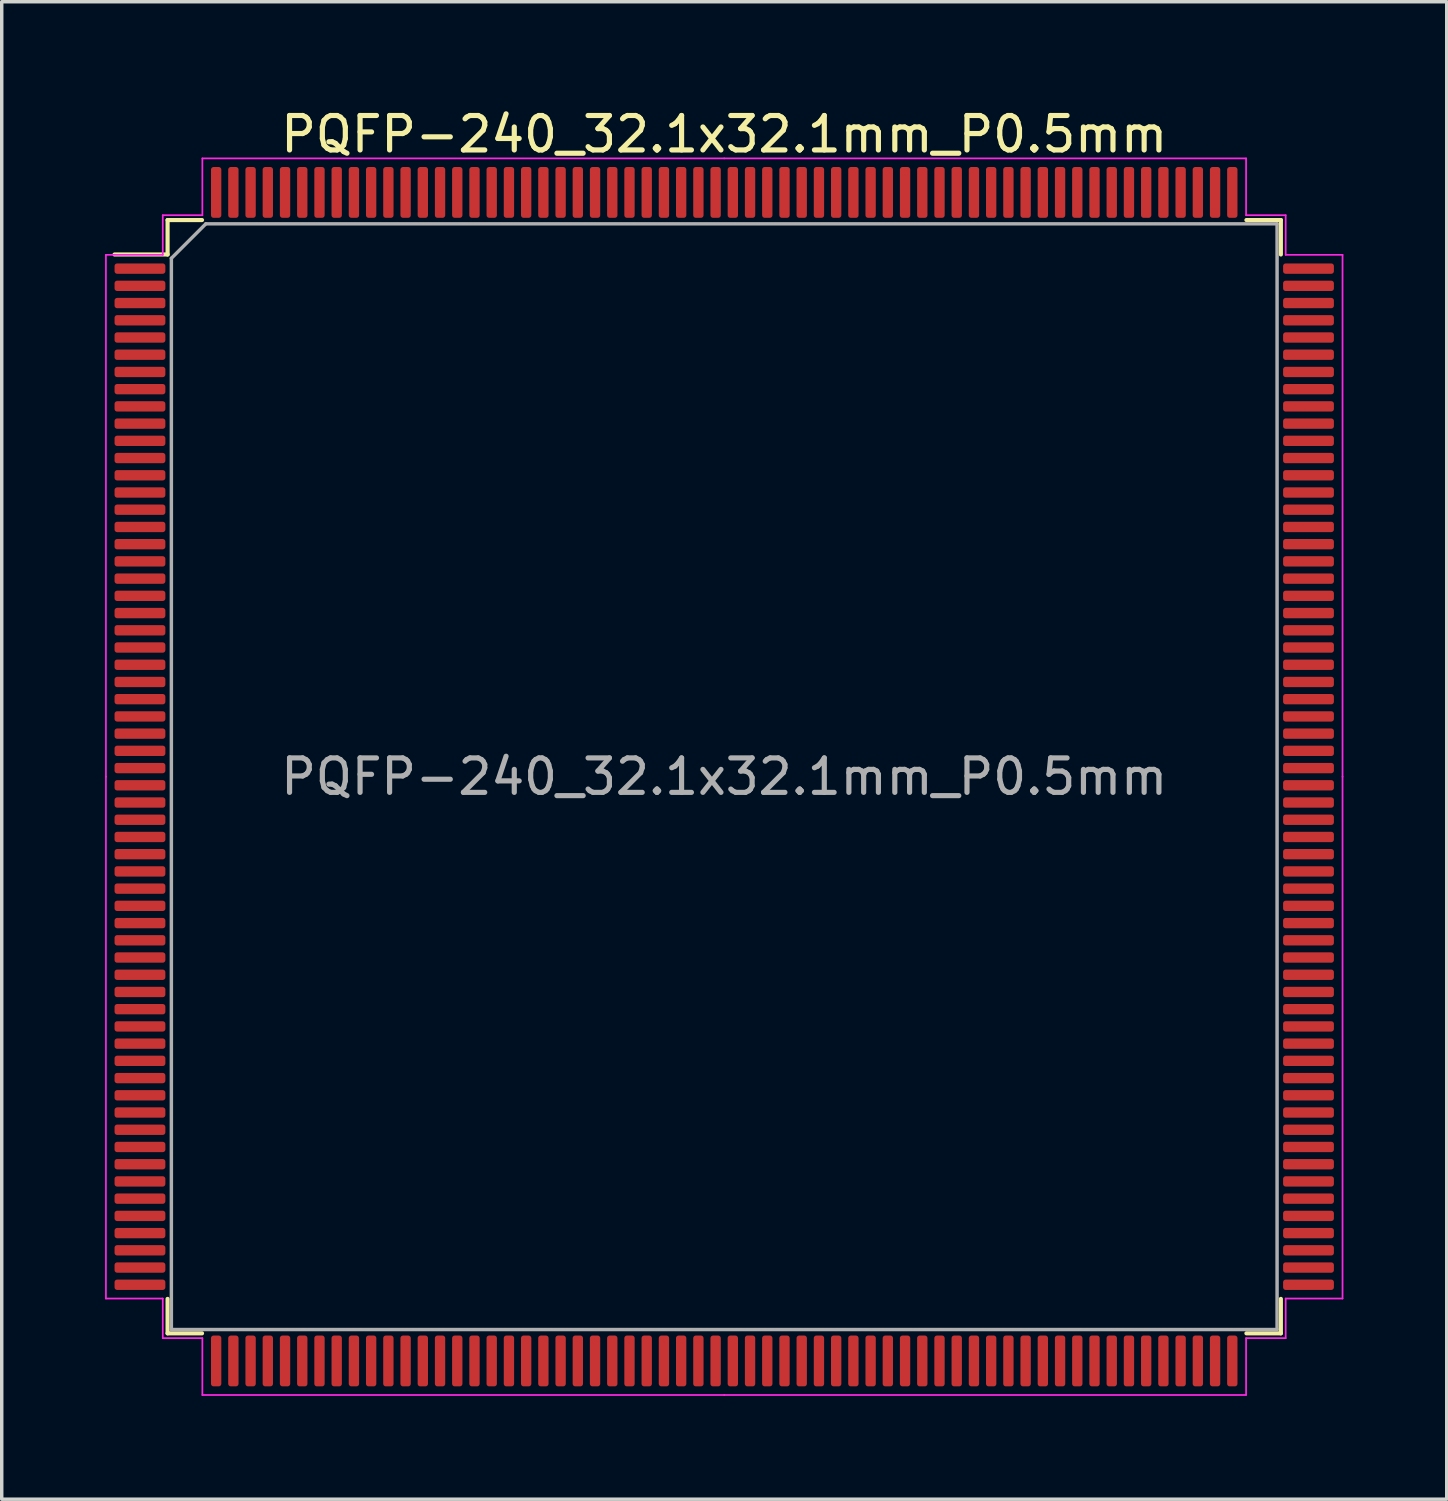
<source format=kicad_pcb>
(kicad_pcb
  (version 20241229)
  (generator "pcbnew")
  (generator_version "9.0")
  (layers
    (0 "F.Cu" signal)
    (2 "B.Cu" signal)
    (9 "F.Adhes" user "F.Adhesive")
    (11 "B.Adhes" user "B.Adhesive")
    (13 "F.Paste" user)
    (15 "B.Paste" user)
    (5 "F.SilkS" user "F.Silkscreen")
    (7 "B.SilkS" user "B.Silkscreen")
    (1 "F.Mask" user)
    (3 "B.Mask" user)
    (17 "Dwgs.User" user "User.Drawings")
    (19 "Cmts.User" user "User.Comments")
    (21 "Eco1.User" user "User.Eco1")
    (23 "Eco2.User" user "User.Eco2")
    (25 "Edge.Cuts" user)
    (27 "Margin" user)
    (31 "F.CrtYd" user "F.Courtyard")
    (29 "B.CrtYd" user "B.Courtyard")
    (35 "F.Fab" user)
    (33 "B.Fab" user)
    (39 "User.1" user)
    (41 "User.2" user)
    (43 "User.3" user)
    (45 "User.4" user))
  (footprint "PQFP-240_32.1x32.1mm_P0.5mm"
    (layer "F.Cu")
    (at 17.975 19.498)
    (property "Reference" "PQFP-240_32.1x32.1mm_P0.5mm" (at 0 -18.65 0) (layer "F.SilkS") (effects (font (size 1 1) (thickness 0.15))))
    (attr smd)
    (fp_line (start -16.16 -16.16) (end -16.16 -15.16) (stroke (width 0.12) (type solid)) (layer "F.SilkS"))
    (fp_line (start -16.16 -15.16) (end -17.7 -15.16) (stroke (width 0.12) (type solid)) (layer "F.SilkS"))
    (fp_line (start -16.16 16.16) (end -16.16 15.16) (stroke (width 0.12) (type solid)) (layer "F.SilkS"))
    (fp_line (start -15.16 -16.16) (end -16.16 -16.16) (stroke (width 0.12) (type solid)) (layer "F.SilkS"))
    (fp_line (start -15.16 16.16) (end -16.16 16.16) (stroke (width 0.12) (type solid)) (layer "F.SilkS"))
    (fp_line (start 15.16 -16.16) (end 16.16 -16.16) (stroke (width 0.12) (type solid)) (layer "F.SilkS"))
    (fp_line (start 15.16 16.16) (end 16.16 16.16) (stroke (width 0.12) (type solid)) (layer "F.SilkS"))
    (fp_line (start 16.16 -16.16) (end 16.16 -15.16) (stroke (width 0.12) (type solid)) (layer "F.SilkS"))
    (fp_line (start 16.16 16.16) (end 16.16 15.16) (stroke (width 0.12) (type solid)) (layer "F.SilkS"))
    (fp_line (start -17.95 -15.15) (end -17.95 0) (stroke (width 0.05) (type solid)) (layer "F.CrtYd"))
    (fp_line (start -17.95 15.15) (end -17.95 0) (stroke (width 0.05) (type solid)) (layer "F.CrtYd"))
    (fp_line (start -16.3 -16.3) (end -16.3 -15.15) (stroke (width 0.05) (type solid)) (layer "F.CrtYd"))
    (fp_line (start -16.3 -15.15) (end -17.95 -15.15) (stroke (width 0.05) (type solid)) (layer "F.CrtYd"))
    (fp_line (start -16.3 15.15) (end -17.95 15.15) (stroke (width 0.05) (type solid)) (layer "F.CrtYd"))
    (fp_line (start -16.3 16.3) (end -16.3 15.15) (stroke (width 0.05) (type solid)) (layer "F.CrtYd"))
    (fp_line (start -15.15 -17.95) (end -15.15 -16.3) (stroke (width 0.05) (type solid)) (layer "F.CrtYd"))
    (fp_line (start -15.15 -16.3) (end -16.3 -16.3) (stroke (width 0.05) (type solid)) (layer "F.CrtYd"))
    (fp_line (start -15.15 16.3) (end -16.3 16.3) (stroke (width 0.05) (type solid)) (layer "F.CrtYd"))
    (fp_line (start -15.15 17.95) (end -15.15 16.3) (stroke (width 0.05) (type solid)) (layer "F.CrtYd"))
    (fp_line (start 0 -17.95) (end -15.15 -17.95) (stroke (width 0.05) (type solid)) (layer "F.CrtYd"))
    (fp_line (start 0 -17.95) (end 15.15 -17.95) (stroke (width 0.05) (type solid)) (layer "F.CrtYd"))
    (fp_line (start 0 17.95) (end -15.15 17.95) (stroke (width 0.05) (type solid)) (layer "F.CrtYd"))
    (fp_line (start 0 17.95) (end 15.15 17.95) (stroke (width 0.05) (type solid)) (layer "F.CrtYd"))
    (fp_line (start 15.15 -17.95) (end 15.15 -16.3) (stroke (width 0.05) (type solid)) (layer "F.CrtYd"))
    (fp_line (start 15.15 -16.3) (end 16.3 -16.3) (stroke (width 0.05) (type solid)) (layer "F.CrtYd"))
    (fp_line (start 15.15 16.3) (end 16.3 16.3) (stroke (width 0.05) (type solid)) (layer "F.CrtYd"))
    (fp_line (start 15.15 17.95) (end 15.15 16.3) (stroke (width 0.05) (type solid)) (layer "F.CrtYd"))
    (fp_line (start 16.3 -16.3) (end 16.3 -15.15) (stroke (width 0.05) (type solid)) (layer "F.CrtYd"))
    (fp_line (start 16.3 -15.15) (end 17.95 -15.15) (stroke (width 0.05) (type solid)) (layer "F.CrtYd"))
    (fp_line (start 16.3 15.15) (end 17.95 15.15) (stroke (width 0.05) (type solid)) (layer "F.CrtYd"))
    (fp_line (start 16.3 16.3) (end 16.3 15.15) (stroke (width 0.05) (type solid)) (layer "F.CrtYd"))
    (fp_line (start 17.95 -15.15) (end 17.95 0) (stroke (width 0.05) (type solid)) (layer "F.CrtYd"))
    (fp_line (start 17.95 15.15) (end 17.95 0) (stroke (width 0.05) (type solid)) (layer "F.CrtYd"))
    (fp_line (start -16.05 -15.05) (end -15.05 -16.05) (stroke (width 0.1) (type solid)) (layer "F.Fab"))
    (fp_line (start -16.05 16.05) (end -16.05 -15.05) (stroke (width 0.1) (type solid)) (layer "F.Fab"))
    (fp_line (start -15.05 -16.05) (end 16.05 -16.05) (stroke (width 0.1) (type solid)) (layer "F.Fab"))
    (fp_line (start 16.05 -16.05) (end 16.05 16.05) (stroke (width 0.1) (type solid)) (layer "F.Fab"))
    (fp_line (start 16.05 16.05) (end -16.05 16.05) (stroke (width 0.1) (type solid)) (layer "F.Fab"))
    (fp_text user "${REFERENCE}" (at 0 0 0) (layer "F.Fab") (effects (font (size 1 1) (thickness 0.15))))
    (pad "1" smd roundrect (at -16.962 -14.75) (size 1.475 0.3) (layers "F.Cu" "F.Mask" "F.Paste") (roundrect_rratio 0.25))
    (pad "2" smd roundrect (at -16.962 -14.25) (size 1.475 0.3) (layers "F.Cu" "F.Mask" "F.Paste") (roundrect_rratio 0.25))
    (pad "3" smd roundrect (at -16.962 -13.75) (size 1.475 0.3) (layers "F.Cu" "F.Mask" "F.Paste") (roundrect_rratio 0.25))
    (pad "4" smd roundrect (at -16.962 -13.25) (size 1.475 0.3) (layers "F.Cu" "F.Mask" "F.Paste") (roundrect_rratio 0.25))
    (pad "5" smd roundrect (at -16.962 -12.75) (size 1.475 0.3) (layers "F.Cu" "F.Mask" "F.Paste") (roundrect_rratio 0.25))
    (pad "6" smd roundrect (at -16.962 -12.25) (size 1.475 0.3) (layers "F.Cu" "F.Mask" "F.Paste") (roundrect_rratio 0.25))
    (pad "7" smd roundrect (at -16.962 -11.75) (size 1.475 0.3) (layers "F.Cu" "F.Mask" "F.Paste") (roundrect_rratio 0.25))
    (pad "8" smd roundrect (at -16.962 -11.25) (size 1.475 0.3) (layers "F.Cu" "F.Mask" "F.Paste") (roundrect_rratio 0.25))
    (pad "9" smd roundrect (at -16.962 -10.75) (size 1.475 0.3) (layers "F.Cu" "F.Mask" "F.Paste") (roundrect_rratio 0.25))
    (pad "10" smd roundrect (at -16.962 -10.25) (size 1.475 0.3) (layers "F.Cu" "F.Mask" "F.Paste") (roundrect_rratio 0.25))
    (pad "11" smd roundrect (at -16.962 -9.75) (size 1.475 0.3) (layers "F.Cu" "F.Mask" "F.Paste") (roundrect_rratio 0.25))
    (pad "12" smd roundrect (at -16.962 -9.25) (size 1.475 0.3) (layers "F.Cu" "F.Mask" "F.Paste") (roundrect_rratio 0.25))
    (pad "13" smd roundrect (at -16.962 -8.75) (size 1.475 0.3) (layers "F.Cu" "F.Mask" "F.Paste") (roundrect_rratio 0.25))
    (pad "14" smd roundrect (at -16.962 -8.25) (size 1.475 0.3) (layers "F.Cu" "F.Mask" "F.Paste") (roundrect_rratio 0.25))
    (pad "15" smd roundrect (at -16.962 -7.75) (size 1.475 0.3) (layers "F.Cu" "F.Mask" "F.Paste") (roundrect_rratio 0.25))
    (pad "16" smd roundrect (at -16.962 -7.25) (size 1.475 0.3) (layers "F.Cu" "F.Mask" "F.Paste") (roundrect_rratio 0.25))
    (pad "17" smd roundrect (at -16.962 -6.75) (size 1.475 0.3) (layers "F.Cu" "F.Mask" "F.Paste") (roundrect_rratio 0.25))
    (pad "18" smd roundrect (at -16.962 -6.25) (size 1.475 0.3) (layers "F.Cu" "F.Mask" "F.Paste") (roundrect_rratio 0.25))
    (pad "19" smd roundrect (at -16.962 -5.75) (size 1.475 0.3) (layers "F.Cu" "F.Mask" "F.Paste") (roundrect_rratio 0.25))
    (pad "20" smd roundrect (at -16.962 -5.25) (size 1.475 0.3) (layers "F.Cu" "F.Mask" "F.Paste") (roundrect_rratio 0.25))
    (pad "21" smd roundrect (at -16.962 -4.75) (size 1.475 0.3) (layers "F.Cu" "F.Mask" "F.Paste") (roundrect_rratio 0.25))
    (pad "22" smd roundrect (at -16.962 -4.25) (size 1.475 0.3) (layers "F.Cu" "F.Mask" "F.Paste") (roundrect_rratio 0.25))
    (pad "23" smd roundrect (at -16.962 -3.75) (size 1.475 0.3) (layers "F.Cu" "F.Mask" "F.Paste") (roundrect_rratio 0.25))
    (pad "24" smd roundrect (at -16.962 -3.25) (size 1.475 0.3) (layers "F.Cu" "F.Mask" "F.Paste") (roundrect_rratio 0.25))
    (pad "25" smd roundrect (at -16.962 -2.75) (size 1.475 0.3) (layers "F.Cu" "F.Mask" "F.Paste") (roundrect_rratio 0.25))
    (pad "26" smd roundrect (at -16.962 -2.25) (size 1.475 0.3) (layers "F.Cu" "F.Mask" "F.Paste") (roundrect_rratio 0.25))
    (pad "27" smd roundrect (at -16.962 -1.75) (size 1.475 0.3) (layers "F.Cu" "F.Mask" "F.Paste") (roundrect_rratio 0.25))
    (pad "28" smd roundrect (at -16.962 -1.25) (size 1.475 0.3) (layers "F.Cu" "F.Mask" "F.Paste") (roundrect_rratio 0.25))
    (pad "29" smd roundrect (at -16.962 -0.75) (size 1.475 0.3) (layers "F.Cu" "F.Mask" "F.Paste") (roundrect_rratio 0.25))
    (pad "30" smd roundrect (at -16.962 -0.25) (size 1.475 0.3) (layers "F.Cu" "F.Mask" "F.Paste") (roundrect_rratio 0.25))
    (pad "31" smd roundrect (at -16.962 0.25) (size 1.475 0.3) (layers "F.Cu" "F.Mask" "F.Paste") (roundrect_rratio 0.25))
    (pad "32" smd roundrect (at -16.962 0.75) (size 1.475 0.3) (layers "F.Cu" "F.Mask" "F.Paste") (roundrect_rratio 0.25))
    (pad "33" smd roundrect (at -16.962 1.25) (size 1.475 0.3) (layers "F.Cu" "F.Mask" "F.Paste") (roundrect_rratio 0.25))
    (pad "34" smd roundrect (at -16.962 1.75) (size 1.475 0.3) (layers "F.Cu" "F.Mask" "F.Paste") (roundrect_rratio 0.25))
    (pad "35" smd roundrect (at -16.962 2.25) (size 1.475 0.3) (layers "F.Cu" "F.Mask" "F.Paste") (roundrect_rratio 0.25))
    (pad "36" smd roundrect (at -16.962 2.75) (size 1.475 0.3) (layers "F.Cu" "F.Mask" "F.Paste") (roundrect_rratio 0.25))
    (pad "37" smd roundrect (at -16.962 3.25) (size 1.475 0.3) (layers "F.Cu" "F.Mask" "F.Paste") (roundrect_rratio 0.25))
    (pad "38" smd roundrect (at -16.962 3.75) (size 1.475 0.3) (layers "F.Cu" "F.Mask" "F.Paste") (roundrect_rratio 0.25))
    (pad "39" smd roundrect (at -16.962 4.25) (size 1.475 0.3) (layers "F.Cu" "F.Mask" "F.Paste") (roundrect_rratio 0.25))
    (pad "40" smd roundrect (at -16.962 4.75) (size 1.475 0.3) (layers "F.Cu" "F.Mask" "F.Paste") (roundrect_rratio 0.25))
    (pad "41" smd roundrect (at -16.962 5.25) (size 1.475 0.3) (layers "F.Cu" "F.Mask" "F.Paste") (roundrect_rratio 0.25))
    (pad "42" smd roundrect (at -16.962 5.75) (size 1.475 0.3) (layers "F.Cu" "F.Mask" "F.Paste") (roundrect_rratio 0.25))
    (pad "43" smd roundrect (at -16.962 6.25) (size 1.475 0.3) (layers "F.Cu" "F.Mask" "F.Paste") (roundrect_rratio 0.25))
    (pad "44" smd roundrect (at -16.962 6.75) (size 1.475 0.3) (layers "F.Cu" "F.Mask" "F.Paste") (roundrect_rratio 0.25))
    (pad "45" smd roundrect (at -16.962 7.25) (size 1.475 0.3) (layers "F.Cu" "F.Mask" "F.Paste") (roundrect_rratio 0.25))
    (pad "46" smd roundrect (at -16.962 7.75) (size 1.475 0.3) (layers "F.Cu" "F.Mask" "F.Paste") (roundrect_rratio 0.25))
    (pad "47" smd roundrect (at -16.962 8.25) (size 1.475 0.3) (layers "F.Cu" "F.Mask" "F.Paste") (roundrect_rratio 0.25))
    (pad "48" smd roundrect (at -16.962 8.75) (size 1.475 0.3) (layers "F.Cu" "F.Mask" "F.Paste") (roundrect_rratio 0.25))
    (pad "49" smd roundrect (at -16.962 9.25) (size 1.475 0.3) (layers "F.Cu" "F.Mask" "F.Paste") (roundrect_rratio 0.25))
    (pad "50" smd roundrect (at -16.962 9.75) (size 1.475 0.3) (layers "F.Cu" "F.Mask" "F.Paste") (roundrect_rratio 0.25))
    (pad "51" smd roundrect (at -16.962 10.25) (size 1.475 0.3) (layers "F.Cu" "F.Mask" "F.Paste") (roundrect_rratio 0.25))
    (pad "52" smd roundrect (at -16.962 10.75) (size 1.475 0.3) (layers "F.Cu" "F.Mask" "F.Paste") (roundrect_rratio 0.25))
    (pad "53" smd roundrect (at -16.962 11.25) (size 1.475 0.3) (layers "F.Cu" "F.Mask" "F.Paste") (roundrect_rratio 0.25))
    (pad "54" smd roundrect (at -16.962 11.75) (size 1.475 0.3) (layers "F.Cu" "F.Mask" "F.Paste") (roundrect_rratio 0.25))
    (pad "55" smd roundrect (at -16.962 12.25) (size 1.475 0.3) (layers "F.Cu" "F.Mask" "F.Paste") (roundrect_rratio 0.25))
    (pad "56" smd roundrect (at -16.962 12.75) (size 1.475 0.3) (layers "F.Cu" "F.Mask" "F.Paste") (roundrect_rratio 0.25))
    (pad "57" smd roundrect (at -16.962 13.25) (size 1.475 0.3) (layers "F.Cu" "F.Mask" "F.Paste") (roundrect_rratio 0.25))
    (pad "58" smd roundrect (at -16.962 13.75) (size 1.475 0.3) (layers "F.Cu" "F.Mask" "F.Paste") (roundrect_rratio 0.25))
    (pad "59" smd roundrect (at -16.962 14.25) (size 1.475 0.3) (layers "F.Cu" "F.Mask" "F.Paste") (roundrect_rratio 0.25))
    (pad "60" smd roundrect (at -16.962 14.75) (size 1.475 0.3) (layers "F.Cu" "F.Mask" "F.Paste") (roundrect_rratio 0.25))
    (pad "61" smd roundrect (at -14.75 16.962) (size 0.3 1.475) (layers "F.Cu" "F.Mask" "F.Paste") (roundrect_rratio 0.25))
    (pad "62" smd roundrect (at -14.25 16.962) (size 0.3 1.475) (layers "F.Cu" "F.Mask" "F.Paste") (roundrect_rratio 0.25))
    (pad "63" smd roundrect (at -13.75 16.962) (size 0.3 1.475) (layers "F.Cu" "F.Mask" "F.Paste") (roundrect_rratio 0.25))
    (pad "64" smd roundrect (at -13.25 16.962) (size 0.3 1.475) (layers "F.Cu" "F.Mask" "F.Paste") (roundrect_rratio 0.25))
    (pad "65" smd roundrect (at -12.75 16.962) (size 0.3 1.475) (layers "F.Cu" "F.Mask" "F.Paste") (roundrect_rratio 0.25))
    (pad "66" smd roundrect (at -12.25 16.962) (size 0.3 1.475) (layers "F.Cu" "F.Mask" "F.Paste") (roundrect_rratio 0.25))
    (pad "67" smd roundrect (at -11.75 16.962) (size 0.3 1.475) (layers "F.Cu" "F.Mask" "F.Paste") (roundrect_rratio 0.25))
    (pad "68" smd roundrect (at -11.25 16.962) (size 0.3 1.475) (layers "F.Cu" "F.Mask" "F.Paste") (roundrect_rratio 0.25))
    (pad "69" smd roundrect (at -10.75 16.962) (size 0.3 1.475) (layers "F.Cu" "F.Mask" "F.Paste") (roundrect_rratio 0.25))
    (pad "70" smd roundrect (at -10.25 16.962) (size 0.3 1.475) (layers "F.Cu" "F.Mask" "F.Paste") (roundrect_rratio 0.25))
    (pad "71" smd roundrect (at -9.75 16.962) (size 0.3 1.475) (layers "F.Cu" "F.Mask" "F.Paste") (roundrect_rratio 0.25))
    (pad "72" smd roundrect (at -9.25 16.962) (size 0.3 1.475) (layers "F.Cu" "F.Mask" "F.Paste") (roundrect_rratio 0.25))
    (pad "73" smd roundrect (at -8.75 16.962) (size 0.3 1.475) (layers "F.Cu" "F.Mask" "F.Paste") (roundrect_rratio 0.25))
    (pad "74" smd roundrect (at -8.25 16.962) (size 0.3 1.475) (layers "F.Cu" "F.Mask" "F.Paste") (roundrect_rratio 0.25))
    (pad "75" smd roundrect (at -7.75 16.962) (size 0.3 1.475) (layers "F.Cu" "F.Mask" "F.Paste") (roundrect_rratio 0.25))
    (pad "76" smd roundrect (at -7.25 16.962) (size 0.3 1.475) (layers "F.Cu" "F.Mask" "F.Paste") (roundrect_rratio 0.25))
    (pad "77" smd roundrect (at -6.75 16.962) (size 0.3 1.475) (layers "F.Cu" "F.Mask" "F.Paste") (roundrect_rratio 0.25))
    (pad "78" smd roundrect (at -6.25 16.962) (size 0.3 1.475) (layers "F.Cu" "F.Mask" "F.Paste") (roundrect_rratio 0.25))
    (pad "79" smd roundrect (at -5.75 16.962) (size 0.3 1.475) (layers "F.Cu" "F.Mask" "F.Paste") (roundrect_rratio 0.25))
    (pad "80" smd roundrect (at -5.25 16.962) (size 0.3 1.475) (layers "F.Cu" "F.Mask" "F.Paste") (roundrect_rratio 0.25))
    (pad "81" smd roundrect (at -4.75 16.962) (size 0.3 1.475) (layers "F.Cu" "F.Mask" "F.Paste") (roundrect_rratio 0.25))
    (pad "82" smd roundrect (at -4.25 16.962) (size 0.3 1.475) (layers "F.Cu" "F.Mask" "F.Paste") (roundrect_rratio 0.25))
    (pad "83" smd roundrect (at -3.75 16.962) (size 0.3 1.475) (layers "F.Cu" "F.Mask" "F.Paste") (roundrect_rratio 0.25))
    (pad "84" smd roundrect (at -3.25 16.962) (size 0.3 1.475) (layers "F.Cu" "F.Mask" "F.Paste") (roundrect_rratio 0.25))
    (pad "85" smd roundrect (at -2.75 16.962) (size 0.3 1.475) (layers "F.Cu" "F.Mask" "F.Paste") (roundrect_rratio 0.25))
    (pad "86" smd roundrect (at -2.25 16.962) (size 0.3 1.475) (layers "F.Cu" "F.Mask" "F.Paste") (roundrect_rratio 0.25))
    (pad "87" smd roundrect (at -1.75 16.962) (size 0.3 1.475) (layers "F.Cu" "F.Mask" "F.Paste") (roundrect_rratio 0.25))
    (pad "88" smd roundrect (at -1.25 16.962) (size 0.3 1.475) (layers "F.Cu" "F.Mask" "F.Paste") (roundrect_rratio 0.25))
    (pad "89" smd roundrect (at -0.75 16.962) (size 0.3 1.475) (layers "F.Cu" "F.Mask" "F.Paste") (roundrect_rratio 0.25))
    (pad "90" smd roundrect (at -0.25 16.962) (size 0.3 1.475) (layers "F.Cu" "F.Mask" "F.Paste") (roundrect_rratio 0.25))
    (pad "91" smd roundrect (at 0.25 16.962) (size 0.3 1.475) (layers "F.Cu" "F.Mask" "F.Paste") (roundrect_rratio 0.25))
    (pad "92" smd roundrect (at 0.75 16.962) (size 0.3 1.475) (layers "F.Cu" "F.Mask" "F.Paste") (roundrect_rratio 0.25))
    (pad "93" smd roundrect (at 1.25 16.962) (size 0.3 1.475) (layers "F.Cu" "F.Mask" "F.Paste") (roundrect_rratio 0.25))
    (pad "94" smd roundrect (at 1.75 16.962) (size 0.3 1.475) (layers "F.Cu" "F.Mask" "F.Paste") (roundrect_rratio 0.25))
    (pad "95" smd roundrect (at 2.25 16.962) (size 0.3 1.475) (layers "F.Cu" "F.Mask" "F.Paste") (roundrect_rratio 0.25))
    (pad "96" smd roundrect (at 2.75 16.962) (size 0.3 1.475) (layers "F.Cu" "F.Mask" "F.Paste") (roundrect_rratio 0.25))
    (pad "97" smd roundrect (at 3.25 16.962) (size 0.3 1.475) (layers "F.Cu" "F.Mask" "F.Paste") (roundrect_rratio 0.25))
    (pad "98" smd roundrect (at 3.75 16.962) (size 0.3 1.475) (layers "F.Cu" "F.Mask" "F.Paste") (roundrect_rratio 0.25))
    (pad "99" smd roundrect (at 4.25 16.962) (size 0.3 1.475) (layers "F.Cu" "F.Mask" "F.Paste") (roundrect_rratio 0.25))
    (pad "100" smd roundrect (at 4.75 16.962) (size 0.3 1.475) (layers "F.Cu" "F.Mask" "F.Paste") (roundrect_rratio 0.25))
    (pad "101" smd roundrect (at 5.25 16.962) (size 0.3 1.475) (layers "F.Cu" "F.Mask" "F.Paste") (roundrect_rratio 0.25))
    (pad "102" smd roundrect (at 5.75 16.962) (size 0.3 1.475) (layers "F.Cu" "F.Mask" "F.Paste") (roundrect_rratio 0.25))
    (pad "103" smd roundrect (at 6.25 16.962) (size 0.3 1.475) (layers "F.Cu" "F.Mask" "F.Paste") (roundrect_rratio 0.25))
    (pad "104" smd roundrect (at 6.75 16.962) (size 0.3 1.475) (layers "F.Cu" "F.Mask" "F.Paste") (roundrect_rratio 0.25))
    (pad "105" smd roundrect (at 7.25 16.962) (size 0.3 1.475) (layers "F.Cu" "F.Mask" "F.Paste") (roundrect_rratio 0.25))
    (pad "106" smd roundrect (at 7.75 16.962) (size 0.3 1.475) (layers "F.Cu" "F.Mask" "F.Paste") (roundrect_rratio 0.25))
    (pad "107" smd roundrect (at 8.25 16.962) (size 0.3 1.475) (layers "F.Cu" "F.Mask" "F.Paste") (roundrect_rratio 0.25))
    (pad "108" smd roundrect (at 8.75 16.962) (size 0.3 1.475) (layers "F.Cu" "F.Mask" "F.Paste") (roundrect_rratio 0.25))
    (pad "109" smd roundrect (at 9.25 16.962) (size 0.3 1.475) (layers "F.Cu" "F.Mask" "F.Paste") (roundrect_rratio 0.25))
    (pad "110" smd roundrect (at 9.75 16.962) (size 0.3 1.475) (layers "F.Cu" "F.Mask" "F.Paste") (roundrect_rratio 0.25))
    (pad "111" smd roundrect (at 10.25 16.962) (size 0.3 1.475) (layers "F.Cu" "F.Mask" "F.Paste") (roundrect_rratio 0.25))
    (pad "112" smd roundrect (at 10.75 16.962) (size 0.3 1.475) (layers "F.Cu" "F.Mask" "F.Paste") (roundrect_rratio 0.25))
    (pad "113" smd roundrect (at 11.25 16.962) (size 0.3 1.475) (layers "F.Cu" "F.Mask" "F.Paste") (roundrect_rratio 0.25))
    (pad "114" smd roundrect (at 11.75 16.962) (size 0.3 1.475) (layers "F.Cu" "F.Mask" "F.Paste") (roundrect_rratio 0.25))
    (pad "115" smd roundrect (at 12.25 16.962) (size 0.3 1.475) (layers "F.Cu" "F.Mask" "F.Paste") (roundrect_rratio 0.25))
    (pad "116" smd roundrect (at 12.75 16.962) (size 0.3 1.475) (layers "F.Cu" "F.Mask" "F.Paste") (roundrect_rratio 0.25))
    (pad "117" smd roundrect (at 13.25 16.962) (size 0.3 1.475) (layers "F.Cu" "F.Mask" "F.Paste") (roundrect_rratio 0.25))
    (pad "118" smd roundrect (at 13.75 16.962) (size 0.3 1.475) (layers "F.Cu" "F.Mask" "F.Paste") (roundrect_rratio 0.25))
    (pad "119" smd roundrect (at 14.25 16.962) (size 0.3 1.475) (layers "F.Cu" "F.Mask" "F.Paste") (roundrect_rratio 0.25))
    (pad "120" smd roundrect (at 14.75 16.962) (size 0.3 1.475) (layers "F.Cu" "F.Mask" "F.Paste") (roundrect_rratio 0.25))
    (pad "121" smd roundrect (at 16.962 14.75) (size 1.475 0.3) (layers "F.Cu" "F.Mask" "F.Paste") (roundrect_rratio 0.25))
    (pad "122" smd roundrect (at 16.962 14.25) (size 1.475 0.3) (layers "F.Cu" "F.Mask" "F.Paste") (roundrect_rratio 0.25))
    (pad "123" smd roundrect (at 16.962 13.75) (size 1.475 0.3) (layers "F.Cu" "F.Mask" "F.Paste") (roundrect_rratio 0.25))
    (pad "124" smd roundrect (at 16.962 13.25) (size 1.475 0.3) (layers "F.Cu" "F.Mask" "F.Paste") (roundrect_rratio 0.25))
    (pad "125" smd roundrect (at 16.962 12.75) (size 1.475 0.3) (layers "F.Cu" "F.Mask" "F.Paste") (roundrect_rratio 0.25))
    (pad "126" smd roundrect (at 16.962 12.25) (size 1.475 0.3) (layers "F.Cu" "F.Mask" "F.Paste") (roundrect_rratio 0.25))
    (pad "127" smd roundrect (at 16.962 11.75) (size 1.475 0.3) (layers "F.Cu" "F.Mask" "F.Paste") (roundrect_rratio 0.25))
    (pad "128" smd roundrect (at 16.962 11.25) (size 1.475 0.3) (layers "F.Cu" "F.Mask" "F.Paste") (roundrect_rratio 0.25))
    (pad "129" smd roundrect (at 16.962 10.75) (size 1.475 0.3) (layers "F.Cu" "F.Mask" "F.Paste") (roundrect_rratio 0.25))
    (pad "130" smd roundrect (at 16.962 10.25) (size 1.475 0.3) (layers "F.Cu" "F.Mask" "F.Paste") (roundrect_rratio 0.25))
    (pad "131" smd roundrect (at 16.962 9.75) (size 1.475 0.3) (layers "F.Cu" "F.Mask" "F.Paste") (roundrect_rratio 0.25))
    (pad "132" smd roundrect (at 16.962 9.25) (size 1.475 0.3) (layers "F.Cu" "F.Mask" "F.Paste") (roundrect_rratio 0.25))
    (pad "133" smd roundrect (at 16.962 8.75) (size 1.475 0.3) (layers "F.Cu" "F.Mask" "F.Paste") (roundrect_rratio 0.25))
    (pad "134" smd roundrect (at 16.962 8.25) (size 1.475 0.3) (layers "F.Cu" "F.Mask" "F.Paste") (roundrect_rratio 0.25))
    (pad "135" smd roundrect (at 16.962 7.75) (size 1.475 0.3) (layers "F.Cu" "F.Mask" "F.Paste") (roundrect_rratio 0.25))
    (pad "136" smd roundrect (at 16.962 7.25) (size 1.475 0.3) (layers "F.Cu" "F.Mask" "F.Paste") (roundrect_rratio 0.25))
    (pad "137" smd roundrect (at 16.962 6.75) (size 1.475 0.3) (layers "F.Cu" "F.Mask" "F.Paste") (roundrect_rratio 0.25))
    (pad "138" smd roundrect (at 16.962 6.25) (size 1.475 0.3) (layers "F.Cu" "F.Mask" "F.Paste") (roundrect_rratio 0.25))
    (pad "139" smd roundrect (at 16.962 5.75) (size 1.475 0.3) (layers "F.Cu" "F.Mask" "F.Paste") (roundrect_rratio 0.25))
    (pad "140" smd roundrect (at 16.962 5.25) (size 1.475 0.3) (layers "F.Cu" "F.Mask" "F.Paste") (roundrect_rratio 0.25))
    (pad "141" smd roundrect (at 16.962 4.75) (size 1.475 0.3) (layers "F.Cu" "F.Mask" "F.Paste") (roundrect_rratio 0.25))
    (pad "142" smd roundrect (at 16.962 4.25) (size 1.475 0.3) (layers "F.Cu" "F.Mask" "F.Paste") (roundrect_rratio 0.25))
    (pad "143" smd roundrect (at 16.962 3.75) (size 1.475 0.3) (layers "F.Cu" "F.Mask" "F.Paste") (roundrect_rratio 0.25))
    (pad "144" smd roundrect (at 16.962 3.25) (size 1.475 0.3) (layers "F.Cu" "F.Mask" "F.Paste") (roundrect_rratio 0.25))
    (pad "145" smd roundrect (at 16.962 2.75) (size 1.475 0.3) (layers "F.Cu" "F.Mask" "F.Paste") (roundrect_rratio 0.25))
    (pad "146" smd roundrect (at 16.962 2.25) (size 1.475 0.3) (layers "F.Cu" "F.Mask" "F.Paste") (roundrect_rratio 0.25))
    (pad "147" smd roundrect (at 16.962 1.75) (size 1.475 0.3) (layers "F.Cu" "F.Mask" "F.Paste") (roundrect_rratio 0.25))
    (pad "148" smd roundrect (at 16.962 1.25) (size 1.475 0.3) (layers "F.Cu" "F.Mask" "F.Paste") (roundrect_rratio 0.25))
    (pad "149" smd roundrect (at 16.962 0.75) (size 1.475 0.3) (layers "F.Cu" "F.Mask" "F.Paste") (roundrect_rratio 0.25))
    (pad "150" smd roundrect (at 16.962 0.25) (size 1.475 0.3) (layers "F.Cu" "F.Mask" "F.Paste") (roundrect_rratio 0.25))
    (pad "151" smd roundrect (at 16.962 -0.25) (size 1.475 0.3) (layers "F.Cu" "F.Mask" "F.Paste") (roundrect_rratio 0.25))
    (pad "152" smd roundrect (at 16.962 -0.75) (size 1.475 0.3) (layers "F.Cu" "F.Mask" "F.Paste") (roundrect_rratio 0.25))
    (pad "153" smd roundrect (at 16.962 -1.25) (size 1.475 0.3) (layers "F.Cu" "F.Mask" "F.Paste") (roundrect_rratio 0.25))
    (pad "154" smd roundrect (at 16.962 -1.75) (size 1.475 0.3) (layers "F.Cu" "F.Mask" "F.Paste") (roundrect_rratio 0.25))
    (pad "155" smd roundrect (at 16.962 -2.25) (size 1.475 0.3) (layers "F.Cu" "F.Mask" "F.Paste") (roundrect_rratio 0.25))
    (pad "156" smd roundrect (at 16.962 -2.75) (size 1.475 0.3) (layers "F.Cu" "F.Mask" "F.Paste") (roundrect_rratio 0.25))
    (pad "157" smd roundrect (at 16.962 -3.25) (size 1.475 0.3) (layers "F.Cu" "F.Mask" "F.Paste") (roundrect_rratio 0.25))
    (pad "158" smd roundrect (at 16.962 -3.75) (size 1.475 0.3) (layers "F.Cu" "F.Mask" "F.Paste") (roundrect_rratio 0.25))
    (pad "159" smd roundrect (at 16.962 -4.25) (size 1.475 0.3) (layers "F.Cu" "F.Mask" "F.Paste") (roundrect_rratio 0.25))
    (pad "160" smd roundrect (at 16.962 -4.75) (size 1.475 0.3) (layers "F.Cu" "F.Mask" "F.Paste") (roundrect_rratio 0.25))
    (pad "161" smd roundrect (at 16.962 -5.25) (size 1.475 0.3) (layers "F.Cu" "F.Mask" "F.Paste") (roundrect_rratio 0.25))
    (pad "162" smd roundrect (at 16.962 -5.75) (size 1.475 0.3) (layers "F.Cu" "F.Mask" "F.Paste") (roundrect_rratio 0.25))
    (pad "163" smd roundrect (at 16.962 -6.25) (size 1.475 0.3) (layers "F.Cu" "F.Mask" "F.Paste") (roundrect_rratio 0.25))
    (pad "164" smd roundrect (at 16.962 -6.75) (size 1.475 0.3) (layers "F.Cu" "F.Mask" "F.Paste") (roundrect_rratio 0.25))
    (pad "165" smd roundrect (at 16.962 -7.25) (size 1.475 0.3) (layers "F.Cu" "F.Mask" "F.Paste") (roundrect_rratio 0.25))
    (pad "166" smd roundrect (at 16.962 -7.75) (size 1.475 0.3) (layers "F.Cu" "F.Mask" "F.Paste") (roundrect_rratio 0.25))
    (pad "167" smd roundrect (at 16.962 -8.25) (size 1.475 0.3) (layers "F.Cu" "F.Mask" "F.Paste") (roundrect_rratio 0.25))
    (pad "168" smd roundrect (at 16.962 -8.75) (size 1.475 0.3) (layers "F.Cu" "F.Mask" "F.Paste") (roundrect_rratio 0.25))
    (pad "169" smd roundrect (at 16.962 -9.25) (size 1.475 0.3) (layers "F.Cu" "F.Mask" "F.Paste") (roundrect_rratio 0.25))
    (pad "170" smd roundrect (at 16.962 -9.75) (size 1.475 0.3) (layers "F.Cu" "F.Mask" "F.Paste") (roundrect_rratio 0.25))
    (pad "171" smd roundrect (at 16.962 -10.25) (size 1.475 0.3) (layers "F.Cu" "F.Mask" "F.Paste") (roundrect_rratio 0.25))
    (pad "172" smd roundrect (at 16.962 -10.75) (size 1.475 0.3) (layers "F.Cu" "F.Mask" "F.Paste") (roundrect_rratio 0.25))
    (pad "173" smd roundrect (at 16.962 -11.25) (size 1.475 0.3) (layers "F.Cu" "F.Mask" "F.Paste") (roundrect_rratio 0.25))
    (pad "174" smd roundrect (at 16.962 -11.75) (size 1.475 0.3) (layers "F.Cu" "F.Mask" "F.Paste") (roundrect_rratio 0.25))
    (pad "175" smd roundrect (at 16.962 -12.25) (size 1.475 0.3) (layers "F.Cu" "F.Mask" "F.Paste") (roundrect_rratio 0.25))
    (pad "176" smd roundrect (at 16.962 -12.75) (size 1.475 0.3) (layers "F.Cu" "F.Mask" "F.Paste") (roundrect_rratio 0.25))
    (pad "177" smd roundrect (at 16.962 -13.25) (size 1.475 0.3) (layers "F.Cu" "F.Mask" "F.Paste") (roundrect_rratio 0.25))
    (pad "178" smd roundrect (at 16.962 -13.75) (size 1.475 0.3) (layers "F.Cu" "F.Mask" "F.Paste") (roundrect_rratio 0.25))
    (pad "179" smd roundrect (at 16.962 -14.25) (size 1.475 0.3) (layers "F.Cu" "F.Mask" "F.Paste") (roundrect_rratio 0.25))
    (pad "180" smd roundrect (at 16.962 -14.75) (size 1.475 0.3) (layers "F.Cu" "F.Mask" "F.Paste") (roundrect_rratio 0.25))
    (pad "181" smd roundrect (at 14.75 -16.962) (size 0.3 1.475) (layers "F.Cu" "F.Mask" "F.Paste") (roundrect_rratio 0.25))
    (pad "182" smd roundrect (at 14.25 -16.962) (size 0.3 1.475) (layers "F.Cu" "F.Mask" "F.Paste") (roundrect_rratio 0.25))
    (pad "183" smd roundrect (at 13.75 -16.962) (size 0.3 1.475) (layers "F.Cu" "F.Mask" "F.Paste") (roundrect_rratio 0.25))
    (pad "184" smd roundrect (at 13.25 -16.962) (size 0.3 1.475) (layers "F.Cu" "F.Mask" "F.Paste") (roundrect_rratio 0.25))
    (pad "185" smd roundrect (at 12.75 -16.962) (size 0.3 1.475) (layers "F.Cu" "F.Mask" "F.Paste") (roundrect_rratio 0.25))
    (pad "186" smd roundrect (at 12.25 -16.962) (size 0.3 1.475) (layers "F.Cu" "F.Mask" "F.Paste") (roundrect_rratio 0.25))
    (pad "187" smd roundrect (at 11.75 -16.962) (size 0.3 1.475) (layers "F.Cu" "F.Mask" "F.Paste") (roundrect_rratio 0.25))
    (pad "188" smd roundrect (at 11.25 -16.962) (size 0.3 1.475) (layers "F.Cu" "F.Mask" "F.Paste") (roundrect_rratio 0.25))
    (pad "189" smd roundrect (at 10.75 -16.962) (size 0.3 1.475) (layers "F.Cu" "F.Mask" "F.Paste") (roundrect_rratio 0.25))
    (pad "190" smd roundrect (at 10.25 -16.962) (size 0.3 1.475) (layers "F.Cu" "F.Mask" "F.Paste") (roundrect_rratio 0.25))
    (pad "191" smd roundrect (at 9.75 -16.962) (size 0.3 1.475) (layers "F.Cu" "F.Mask" "F.Paste") (roundrect_rratio 0.25))
    (pad "192" smd roundrect (at 9.25 -16.962) (size 0.3 1.475) (layers "F.Cu" "F.Mask" "F.Paste") (roundrect_rratio 0.25))
    (pad "193" smd roundrect (at 8.75 -16.962) (size 0.3 1.475) (layers "F.Cu" "F.Mask" "F.Paste") (roundrect_rratio 0.25))
    (pad "194" smd roundrect (at 8.25 -16.962) (size 0.3 1.475) (layers "F.Cu" "F.Mask" "F.Paste") (roundrect_rratio 0.25))
    (pad "195" smd roundrect (at 7.75 -16.962) (size 0.3 1.475) (layers "F.Cu" "F.Mask" "F.Paste") (roundrect_rratio 0.25))
    (pad "196" smd roundrect (at 7.25 -16.962) (size 0.3 1.475) (layers "F.Cu" "F.Mask" "F.Paste") (roundrect_rratio 0.25))
    (pad "197" smd roundrect (at 6.75 -16.962) (size 0.3 1.475) (layers "F.Cu" "F.Mask" "F.Paste") (roundrect_rratio 0.25))
    (pad "198" smd roundrect (at 6.25 -16.962) (size 0.3 1.475) (layers "F.Cu" "F.Mask" "F.Paste") (roundrect_rratio 0.25))
    (pad "199" smd roundrect (at 5.75 -16.962) (size 0.3 1.475) (layers "F.Cu" "F.Mask" "F.Paste") (roundrect_rratio 0.25))
    (pad "200" smd roundrect (at 5.25 -16.962) (size 0.3 1.475) (layers "F.Cu" "F.Mask" "F.Paste") (roundrect_rratio 0.25))
    (pad "201" smd roundrect (at 4.75 -16.962) (size 0.3 1.475) (layers "F.Cu" "F.Mask" "F.Paste") (roundrect_rratio 0.25))
    (pad "202" smd roundrect (at 4.25 -16.962) (size 0.3 1.475) (layers "F.Cu" "F.Mask" "F.Paste") (roundrect_rratio 0.25))
    (pad "203" smd roundrect (at 3.75 -16.962) (size 0.3 1.475) (layers "F.Cu" "F.Mask" "F.Paste") (roundrect_rratio 0.25))
    (pad "204" smd roundrect (at 3.25 -16.962) (size 0.3 1.475) (layers "F.Cu" "F.Mask" "F.Paste") (roundrect_rratio 0.25))
    (pad "205" smd roundrect (at 2.75 -16.962) (size 0.3 1.475) (layers "F.Cu" "F.Mask" "F.Paste") (roundrect_rratio 0.25))
    (pad "206" smd roundrect (at 2.25 -16.962) (size 0.3 1.475) (layers "F.Cu" "F.Mask" "F.Paste") (roundrect_rratio 0.25))
    (pad "207" smd roundrect (at 1.75 -16.962) (size 0.3 1.475) (layers "F.Cu" "F.Mask" "F.Paste") (roundrect_rratio 0.25))
    (pad "208" smd roundrect (at 1.25 -16.962) (size 0.3 1.475) (layers "F.Cu" "F.Mask" "F.Paste") (roundrect_rratio 0.25))
    (pad "209" smd roundrect (at 0.75 -16.962) (size 0.3 1.475) (layers "F.Cu" "F.Mask" "F.Paste") (roundrect_rratio 0.25))
    (pad "210" smd roundrect (at 0.25 -16.962) (size 0.3 1.475) (layers "F.Cu" "F.Mask" "F.Paste") (roundrect_rratio 0.25))
    (pad "211" smd roundrect (at -0.25 -16.962) (size 0.3 1.475) (layers "F.Cu" "F.Mask" "F.Paste") (roundrect_rratio 0.25))
    (pad "212" smd roundrect (at -0.75 -16.962) (size 0.3 1.475) (layers "F.Cu" "F.Mask" "F.Paste") (roundrect_rratio 0.25))
    (pad "213" smd roundrect (at -1.25 -16.962) (size 0.3 1.475) (layers "F.Cu" "F.Mask" "F.Paste") (roundrect_rratio 0.25))
    (pad "214" smd roundrect (at -1.75 -16.962) (size 0.3 1.475) (layers "F.Cu" "F.Mask" "F.Paste") (roundrect_rratio 0.25))
    (pad "215" smd roundrect (at -2.25 -16.962) (size 0.3 1.475) (layers "F.Cu" "F.Mask" "F.Paste") (roundrect_rratio 0.25))
    (pad "216" smd roundrect (at -2.75 -16.962) (size 0.3 1.475) (layers "F.Cu" "F.Mask" "F.Paste") (roundrect_rratio 0.25))
    (pad "217" smd roundrect (at -3.25 -16.962) (size 0.3 1.475) (layers "F.Cu" "F.Mask" "F.Paste") (roundrect_rratio 0.25))
    (pad "218" smd roundrect (at -3.75 -16.962) (size 0.3 1.475) (layers "F.Cu" "F.Mask" "F.Paste") (roundrect_rratio 0.25))
    (pad "219" smd roundrect (at -4.25 -16.962) (size 0.3 1.475) (layers "F.Cu" "F.Mask" "F.Paste") (roundrect_rratio 0.25))
    (pad "220" smd roundrect (at -4.75 -16.962) (size 0.3 1.475) (layers "F.Cu" "F.Mask" "F.Paste") (roundrect_rratio 0.25))
    (pad "221" smd roundrect (at -5.25 -16.962) (size 0.3 1.475) (layers "F.Cu" "F.Mask" "F.Paste") (roundrect_rratio 0.25))
    (pad "222" smd roundrect (at -5.75 -16.962) (size 0.3 1.475) (layers "F.Cu" "F.Mask" "F.Paste") (roundrect_rratio 0.25))
    (pad "223" smd roundrect (at -6.25 -16.962) (size 0.3 1.475) (layers "F.Cu" "F.Mask" "F.Paste") (roundrect_rratio 0.25))
    (pad "224" smd roundrect (at -6.75 -16.962) (size 0.3 1.475) (layers "F.Cu" "F.Mask" "F.Paste") (roundrect_rratio 0.25))
    (pad "225" smd roundrect (at -7.25 -16.962) (size 0.3 1.475) (layers "F.Cu" "F.Mask" "F.Paste") (roundrect_rratio 0.25))
    (pad "226" smd roundrect (at -7.75 -16.962) (size 0.3 1.475) (layers "F.Cu" "F.Mask" "F.Paste") (roundrect_rratio 0.25))
    (pad "227" smd roundrect (at -8.25 -16.962) (size 0.3 1.475) (layers "F.Cu" "F.Mask" "F.Paste") (roundrect_rratio 0.25))
    (pad "228" smd roundrect (at -8.75 -16.962) (size 0.3 1.475) (layers "F.Cu" "F.Mask" "F.Paste") (roundrect_rratio 0.25))
    (pad "229" smd roundrect (at -9.25 -16.962) (size 0.3 1.475) (layers "F.Cu" "F.Mask" "F.Paste") (roundrect_rratio 0.25))
    (pad "230" smd roundrect (at -9.75 -16.962) (size 0.3 1.475) (layers "F.Cu" "F.Mask" "F.Paste") (roundrect_rratio 0.25))
    (pad "231" smd roundrect (at -10.25 -16.962) (size 0.3 1.475) (layers "F.Cu" "F.Mask" "F.Paste") (roundrect_rratio 0.25))
    (pad "232" smd roundrect (at -10.75 -16.962) (size 0.3 1.475) (layers "F.Cu" "F.Mask" "F.Paste") (roundrect_rratio 0.25))
    (pad "233" smd roundrect (at -11.25 -16.962) (size 0.3 1.475) (layers "F.Cu" "F.Mask" "F.Paste") (roundrect_rratio 0.25))
    (pad "234" smd roundrect (at -11.75 -16.962) (size 0.3 1.475) (layers "F.Cu" "F.Mask" "F.Paste") (roundrect_rratio 0.25))
    (pad "235" smd roundrect (at -12.25 -16.962) (size 0.3 1.475) (layers "F.Cu" "F.Mask" "F.Paste") (roundrect_rratio 0.25))
    (pad "236" smd roundrect (at -12.75 -16.962) (size 0.3 1.475) (layers "F.Cu" "F.Mask" "F.Paste") (roundrect_rratio 0.25))
    (pad "237" smd roundrect (at -13.25 -16.962) (size 0.3 1.475) (layers "F.Cu" "F.Mask" "F.Paste") (roundrect_rratio 0.25))
    (pad "238" smd roundrect (at -13.75 -16.962) (size 0.3 1.475) (layers "F.Cu" "F.Mask" "F.Paste") (roundrect_rratio 0.25))
    (pad "239" smd roundrect (at -14.25 -16.962) (size 0.3 1.475) (layers "F.Cu" "F.Mask" "F.Paste") (roundrect_rratio 0.25))
    (pad "240" smd roundrect (at -14.75 -16.962) (size 0.3 1.475) (layers "F.Cu" "F.Mask" "F.Paste") (roundrect_rratio 0.25)))
  (gr_rect
    (start -3 -3)
    (end 38.95 40.473)
    (stroke (width 0.1) (type default))
    (fill no)
    (layer "Edge.Cuts")))
</source>
